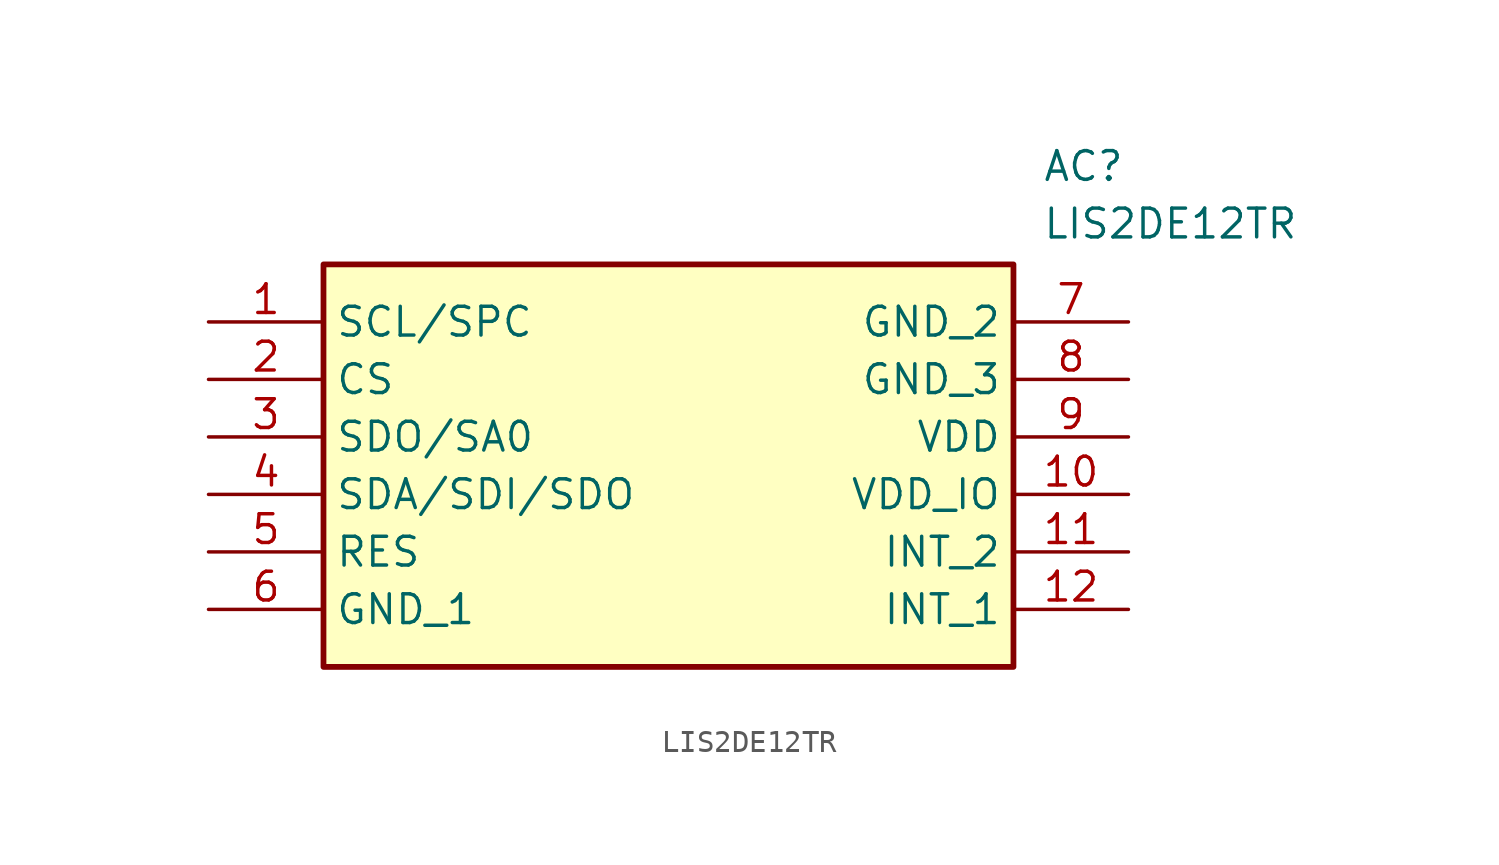
<source format=kicad_sym>
(kicad_symbol_lib
  (version 20211014)
  (generator SamacSys_ECAD_Model)
  (symbol "LIS2DE12TR"
    (property "Reference" "AC"
      (at 36.83 7.62 0)
      (effects (font (size 1.27 1.27)) (justify left top)))
    (property "Value" "LIS2DE12TR"
      (at 36.83 5.08 0)
      (effects (font (size 1.27 1.27)) (justify left top)))
    (rectangle
      (start 5.08 2.54)
      (end 35.56 -15.24)
      (stroke (width 0.254) (type default))
      (fill (type background)))
    (pin passive line
      (at 0 0 0)
      (length 5.08)
      (name "SCL/SPC" (effects (font (size 1.27 1.27))))
      (number "1" (effects (font (size 1.27 1.27)))))
    (pin passive line
      (at 0 -2.54 0)
      (length 5.08)
      (name "CS" (effects (font (size 1.27 1.27))))
      (number "2" (effects (font (size 1.27 1.27)))))
    (pin passive line
      (at 0 -5.08 0)
      (length 5.08)
      (name "SDO/SA0" (effects (font (size 1.27 1.27))))
      (number "3" (effects (font (size 1.27 1.27)))))
    (pin passive line
      (at 0 -7.62 0)
      (length 5.08)
      (name "SDA/SDI/SDO" (effects (font (size 1.27 1.27))))
      (number "4" (effects (font (size 1.27 1.27)))))
    (pin passive line
      (at 0 -10.16 0)
      (length 5.08)
      (name "RES" (effects (font (size 1.27 1.27))))
      (number "5" (effects (font (size 1.27 1.27)))))
    (pin passive line
      (at 0 -12.7 0)
      (length 5.08)
      (name "GND_1" (effects (font (size 1.27 1.27))))
      (number "6" (effects (font (size 1.27 1.27)))))
    (pin passive line
      (at 40.64 0 180)
      (length 5.08)
      (name "GND_2" (effects (font (size 1.27 1.27))))
      (number "7" (effects (font (size 1.27 1.27)))))
    (pin passive line
      (at 40.64 -2.54 180)
      (length 5.08)
      (name "GND_3" (effects (font (size 1.27 1.27))))
      (number "8" (effects (font (size 1.27 1.27)))))
    (pin passive line
      (at 40.64 -5.08 180)
      (length 5.08)
      (name "VDD" (effects (font (size 1.27 1.27))))
      (number "9" (effects (font (size 1.27 1.27)))))
    (pin passive line
      (at 40.64 -7.62 180)
      (length 5.08)
      (name "VDD_IO" (effects (font (size 1.27 1.27))))
      (number "10" (effects (font (size 1.27 1.27)))))
    (pin passive line
      (at 40.64 -10.16 180)
      (length 5.08)
      (name "INT_2" (effects (font (size 1.27 1.27))))
      (number "11" (effects (font (size 1.27 1.27)))))
    (pin passive line
      (at 40.64 -12.7 180)
      (length 5.08)
      (name "INT_1" (effects (font (size 1.27 1.27))))
      (number "12" (effects (font (size 1.27 1.27)))))))
</source>
